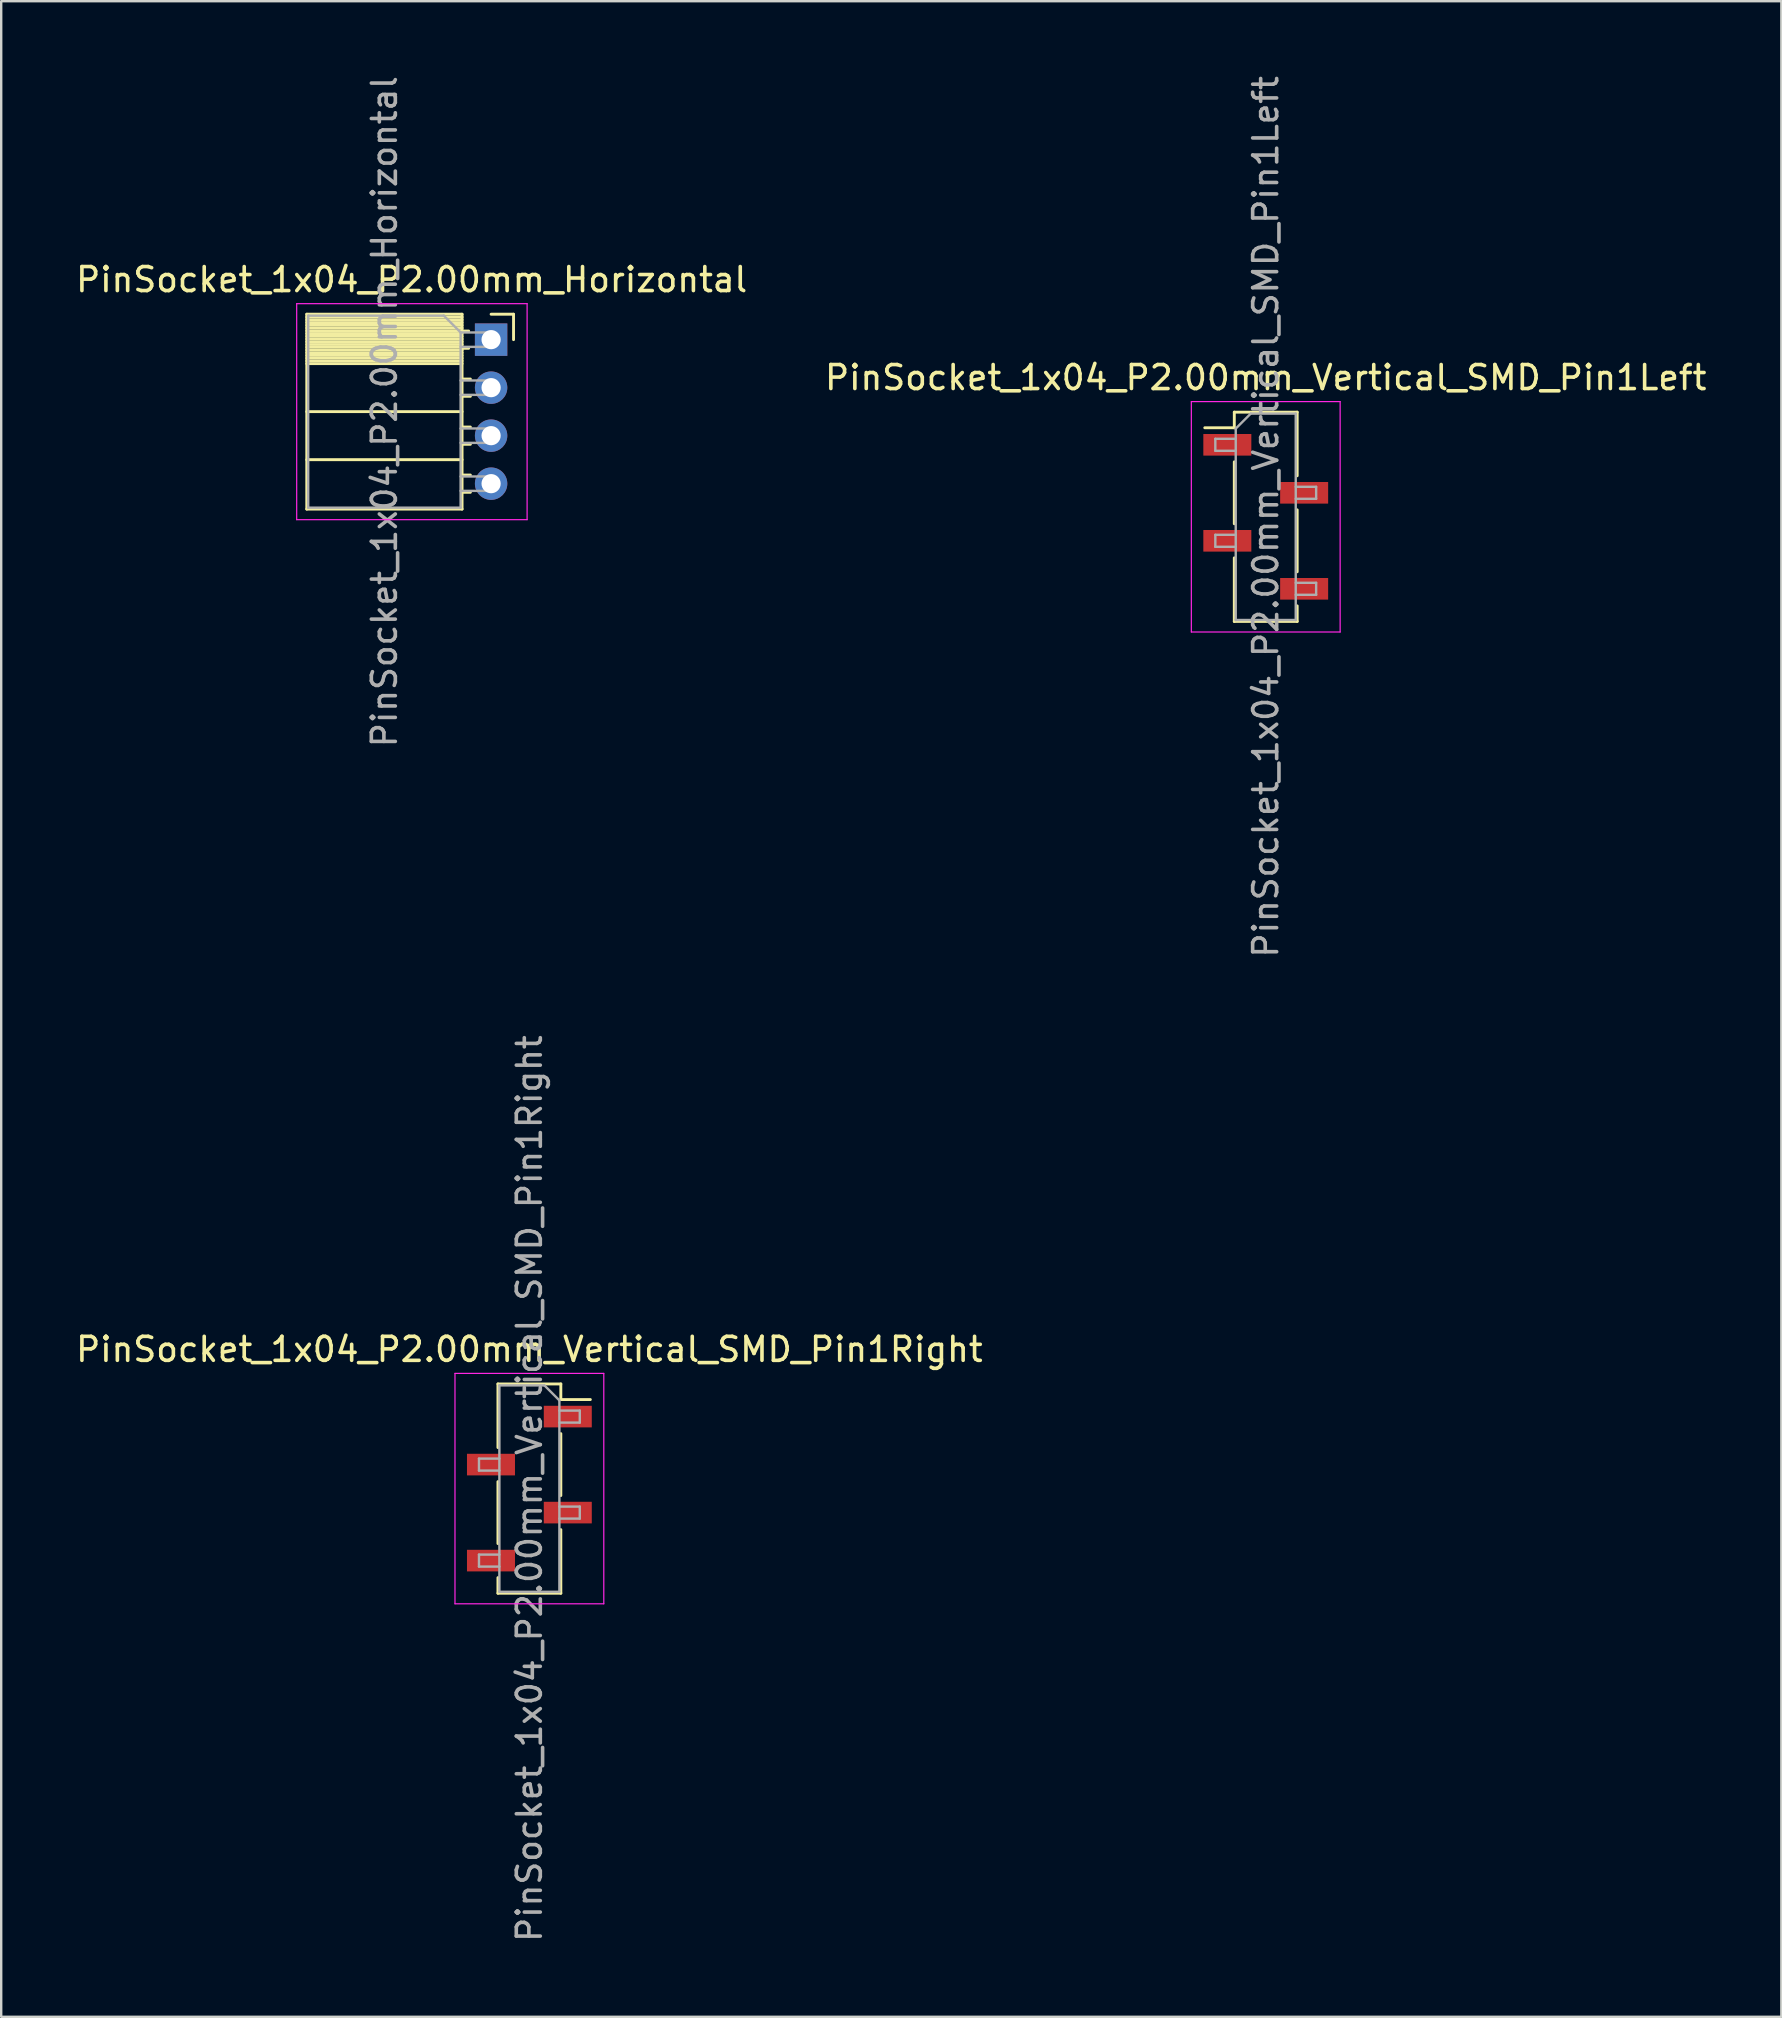
<source format=kicad_pcb>
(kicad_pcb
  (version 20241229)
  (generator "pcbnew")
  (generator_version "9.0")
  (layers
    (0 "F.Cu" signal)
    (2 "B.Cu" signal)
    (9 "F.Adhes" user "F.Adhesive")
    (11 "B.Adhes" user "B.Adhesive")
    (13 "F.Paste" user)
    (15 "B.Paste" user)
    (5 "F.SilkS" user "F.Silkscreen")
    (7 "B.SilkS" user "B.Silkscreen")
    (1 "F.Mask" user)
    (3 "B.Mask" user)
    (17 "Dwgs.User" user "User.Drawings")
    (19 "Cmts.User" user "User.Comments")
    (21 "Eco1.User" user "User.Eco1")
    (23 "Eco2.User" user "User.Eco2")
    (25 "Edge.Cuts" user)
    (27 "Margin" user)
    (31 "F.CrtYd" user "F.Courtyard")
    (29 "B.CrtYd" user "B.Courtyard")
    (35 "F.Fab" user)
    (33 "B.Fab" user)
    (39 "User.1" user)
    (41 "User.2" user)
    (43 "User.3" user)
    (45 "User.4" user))
  (footprint "PinSocket_1x04_P2.00mm_Horizontal"
    (layer "F.Cu")
    (at 17.411 11.101)
    (property "Reference" "PinSocket_1x04_P2.00mm_Horizontal" (at -3.31 -2.5 0) (layer "F.SilkS") (effects (font (size 1 1) (thickness 0.15))))
    (attr through_hole)
    (fp_line (start -7.68 -1.06) (end -7.68 7.06) (stroke (width 0.12) (type solid)) (layer "F.SilkS"))
    (fp_line (start -7.68 -1.06) (end -1.21 -1.06) (stroke (width 0.12) (type solid)) (layer "F.SilkS"))
    (fp_line (start -7.68 -0.94) (end -1.21 -0.94) (stroke (width 0.12) (type solid)) (layer "F.SilkS"))
    (fp_line (start -7.68 -0.826) (end -1.21 -0.826) (stroke (width 0.12) (type solid)) (layer "F.SilkS"))
    (fp_line (start -7.68 -0.712) (end -1.21 -0.712) (stroke (width 0.12) (type solid)) (layer "F.SilkS"))
    (fp_line (start -7.68 -0.598) (end -1.21 -0.598) (stroke (width 0.12) (type solid)) (layer "F.SilkS"))
    (fp_line (start -7.68 -0.484) (end -1.21 -0.484) (stroke (width 0.12) (type solid)) (layer "F.SilkS"))
    (fp_line (start -7.68 -0.369) (end -1.21 -0.369) (stroke (width 0.12) (type solid)) (layer "F.SilkS"))
    (fp_line (start -7.68 -0.255) (end -1.21 -0.255) (stroke (width 0.12) (type solid)) (layer "F.SilkS"))
    (fp_line (start -7.68 -0.141) (end -1.21 -0.141) (stroke (width 0.12) (type solid)) (layer "F.SilkS"))
    (fp_line (start -7.68 -0.027) (end -1.21 -0.027) (stroke (width 0.12) (type solid)) (layer "F.SilkS"))
    (fp_line (start -7.68 0.087) (end -1.21 0.087) (stroke (width 0.12) (type solid)) (layer "F.SilkS"))
    (fp_line (start -7.68 0.201) (end -1.21 0.201) (stroke (width 0.12) (type solid)) (layer "F.SilkS"))
    (fp_line (start -7.68 0.315) (end -1.21 0.315) (stroke (width 0.12) (type solid)) (layer "F.SilkS"))
    (fp_line (start -7.68 0.429) (end -1.21 0.429) (stroke (width 0.12) (type solid)) (layer "F.SilkS"))
    (fp_line (start -7.68 0.544) (end -1.21 0.544) (stroke (width 0.12) (type solid)) (layer "F.SilkS"))
    (fp_line (start -7.68 0.658) (end -1.21 0.658) (stroke (width 0.12) (type solid)) (layer "F.SilkS"))
    (fp_line (start -7.68 0.772) (end -1.21 0.772) (stroke (width 0.12) (type solid)) (layer "F.SilkS"))
    (fp_line (start -7.68 0.886) (end -1.21 0.886) (stroke (width 0.12) (type solid)) (layer "F.SilkS"))
    (fp_line (start -7.68 1) (end -1.21 1) (stroke (width 0.12) (type solid)) (layer "F.SilkS"))
    (fp_line (start -7.68 3) (end -1.21 3) (stroke (width 0.12) (type solid)) (layer "F.SilkS"))
    (fp_line (start -7.68 5) (end -1.21 5) (stroke (width 0.12) (type solid)) (layer "F.SilkS"))
    (fp_line (start -7.68 7.06) (end -1.21 7.06) (stroke (width 0.12) (type solid)) (layer "F.SilkS"))
    (fp_line (start -1.21 -1.06) (end -1.21 7.06) (stroke (width 0.12) (type solid)) (layer "F.SilkS"))
    (fp_line (start -1.21 -0.36) (end -0.935 -0.36) (stroke (width 0.12) (type solid)) (layer "F.SilkS"))
    (fp_line (start -1.21 0.36) (end -0.935 0.36) (stroke (width 0.12) (type solid)) (layer "F.SilkS"))
    (fp_line (start -1.21 1.64) (end -0.863 1.64) (stroke (width 0.12) (type solid)) (layer "F.SilkS"))
    (fp_line (start -1.21 2.36) (end -0.863 2.36) (stroke (width 0.12) (type solid)) (layer "F.SilkS"))
    (fp_line (start -1.21 3.64) (end -0.863 3.64) (stroke (width 0.12) (type solid)) (layer "F.SilkS"))
    (fp_line (start -1.21 4.36) (end -0.863 4.36) (stroke (width 0.12) (type solid)) (layer "F.SilkS"))
    (fp_line (start -1.21 5.64) (end -0.863 5.64) (stroke (width 0.12) (type solid)) (layer "F.SilkS"))
    (fp_line (start -1.21 6.36) (end -0.863 6.36) (stroke (width 0.12) (type solid)) (layer "F.SilkS"))
    (fp_line (start 0 -1.06) (end 0.935 -1.06) (stroke (width 0.12) (type solid)) (layer "F.SilkS"))
    (fp_line (start 0.935 -1.06) (end 0.935 0) (stroke (width 0.12) (type solid)) (layer "F.SilkS"))
    (fp_line (start -8.1 -1.5) (end -8.1 7.5) (stroke (width 0.05) (type solid)) (layer "F.CrtYd"))
    (fp_line (start -8.1 7.5) (end 1.5 7.5) (stroke (width 0.05) (type solid)) (layer "F.CrtYd"))
    (fp_line (start 1.5 -1.5) (end -8.1 -1.5) (stroke (width 0.05) (type solid)) (layer "F.CrtYd"))
    (fp_line (start 1.5 7.5) (end 1.5 -1.5) (stroke (width 0.05) (type solid)) (layer "F.CrtYd"))
    (fp_line (start -7.62 -1) (end -1.97 -1) (stroke (width 0.1) (type solid)) (layer "F.Fab"))
    (fp_line (start -7.62 7) (end -7.62 -1) (stroke (width 0.1) (type solid)) (layer "F.Fab"))
    (fp_line (start -1.97 -1) (end -1.27 -0.3) (stroke (width 0.1) (type solid)) (layer "F.Fab"))
    (fp_line (start -1.27 -0.3) (end -1.27 7) (stroke (width 0.1) (type solid)) (layer "F.Fab"))
    (fp_line (start -1.27 0.3) (end 0 0.3) (stroke (width 0.1) (type solid)) (layer "F.Fab"))
    (fp_line (start -1.27 2.3) (end 0 2.3) (stroke (width 0.1) (type solid)) (layer "F.Fab"))
    (fp_line (start -1.27 4.3) (end 0 4.3) (stroke (width 0.1) (type solid)) (layer "F.Fab"))
    (fp_line (start -1.27 6.3) (end 0 6.3) (stroke (width 0.1) (type solid)) (layer "F.Fab"))
    (fp_line (start -1.27 7) (end -7.62 7) (stroke (width 0.1) (type solid)) (layer "F.Fab"))
    (fp_line (start 0 -0.3) (end -1.27 -0.3) (stroke (width 0.1) (type solid)) (layer "F.Fab"))
    (fp_line (start 0 0.3) (end 0 -0.3) (stroke (width 0.1) (type solid)) (layer "F.Fab"))
    (fp_line (start 0 1.7) (end -1.27 1.7) (stroke (width 0.1) (type solid)) (layer "F.Fab"))
    (fp_line (start 0 2.3) (end 0 1.7) (stroke (width 0.1) (type solid)) (layer "F.Fab"))
    (fp_line (start 0 3.7) (end -1.27 3.7) (stroke (width 0.1) (type solid)) (layer "F.Fab"))
    (fp_line (start 0 4.3) (end 0 3.7) (stroke (width 0.1) (type solid)) (layer "F.Fab"))
    (fp_line (start 0 5.7) (end -1.27 5.7) (stroke (width 0.1) (type solid)) (layer "F.Fab"))
    (fp_line (start 0 6.3) (end 0 5.7) (stroke (width 0.1) (type solid)) (layer "F.Fab"))
    (fp_text user "${REFERENCE}" (at -4.445 3 90) (layer "F.Fab") (effects (font (size 1 1) (thickness 0.15))))
    (pad "1" thru_hole rect (at 0 0) (size 1.35 1.35) (drill 0.8) (layers "*.Cu" "*.Mask"))
    (pad "2" thru_hole circle (at 0 2) (size 1.35 1.35) (drill 0.8) (layers "*.Cu" "*.Mask"))
    (pad "3" thru_hole circle (at 0 4) (size 1.35 1.35) (drill 0.8) (layers "*.Cu" "*.Mask"))
    (pad "4" thru_hole circle (at 0 6) (size 1.35 1.35) (drill 0.8) (layers "*.Cu" "*.Mask")))
  (footprint "PinSocket_1x04_P2.00mm_Vertical_SMD_Pin1Right"
    (layer "F.Cu")
    (at 19.006 58.97)
    (property "Reference" "PinSocket_1x04_P2.00mm_Vertical_SMD_Pin1Right" (at 0 -5.8 0) (layer "F.SilkS") (effects (font (size 1 1) (thickness 0.15))))
    (attr smd)
    (fp_line (start -1.31 -4.36) (end -1.31 -1.71) (stroke (width 0.12) (type solid)) (layer "F.SilkS"))
    (fp_line (start -1.31 -4.36) (end 1.31 -4.36) (stroke (width 0.12) (type solid)) (layer "F.SilkS"))
    (fp_line (start -1.31 -0.29) (end -1.31 2.29) (stroke (width 0.12) (type solid)) (layer "F.SilkS"))
    (fp_line (start -1.31 3.71) (end -1.31 4.36) (stroke (width 0.12) (type solid)) (layer "F.SilkS"))
    (fp_line (start -1.31 4.36) (end 1.31 4.36) (stroke (width 0.12) (type solid)) (layer "F.SilkS"))
    (fp_line (start 1.31 -4.36) (end 1.31 -3.71) (stroke (width 0.12) (type solid)) (layer "F.SilkS"))
    (fp_line (start 1.31 -3.71) (end 2.54 -3.71) (stroke (width 0.12) (type solid)) (layer "F.SilkS"))
    (fp_line (start 1.31 -2.29) (end 1.31 0.29) (stroke (width 0.12) (type solid)) (layer "F.SilkS"))
    (fp_line (start 1.31 1.71) (end 1.31 4.36) (stroke (width 0.12) (type solid)) (layer "F.SilkS"))
    (fp_line (start -3.1 -4.8) (end 3.1 -4.8) (stroke (width 0.05) (type solid)) (layer "F.CrtYd"))
    (fp_line (start -3.1 4.8) (end -3.1 -4.8) (stroke (width 0.05) (type solid)) (layer "F.CrtYd"))
    (fp_line (start 3.1 -4.8) (end 3.1 4.8) (stroke (width 0.05) (type solid)) (layer "F.CrtYd"))
    (fp_line (start 3.1 4.8) (end -3.1 4.8) (stroke (width 0.05) (type solid)) (layer "F.CrtYd"))
    (fp_line (start -2.1 -1.25) (end -1.25 -1.25) (stroke (width 0.1) (type solid)) (layer "F.Fab"))
    (fp_line (start -2.1 -0.75) (end -2.1 -1.25) (stroke (width 0.1) (type solid)) (layer "F.Fab"))
    (fp_line (start -2.1 2.75) (end -1.25 2.75) (stroke (width 0.1) (type solid)) (layer "F.Fab"))
    (fp_line (start -2.1 3.25) (end -2.1 2.75) (stroke (width 0.1) (type solid)) (layer "F.Fab"))
    (fp_line (start -1.25 -4.3) (end 0.625 -4.3) (stroke (width 0.1) (type solid)) (layer "F.Fab"))
    (fp_line (start -1.25 -0.75) (end -2.1 -0.75) (stroke (width 0.1) (type solid)) (layer "F.Fab"))
    (fp_line (start -1.25 3.25) (end -2.1 3.25) (stroke (width 0.1) (type solid)) (layer "F.Fab"))
    (fp_line (start -1.25 4.3) (end -1.25 -4.3) (stroke (width 0.1) (type solid)) (layer "F.Fab"))
    (fp_line (start 0.625 -4.3) (end 1.25 -3.675) (stroke (width 0.1) (type solid)) (layer "F.Fab"))
    (fp_line (start 1.25 -3.675) (end 1.25 4.3) (stroke (width 0.1) (type solid)) (layer "F.Fab"))
    (fp_line (start 1.25 -3.25) (end 2.1 -3.25) (stroke (width 0.1) (type solid)) (layer "F.Fab"))
    (fp_line (start 1.25 0.75) (end 2.1 0.75) (stroke (width 0.1) (type solid)) (layer "F.Fab"))
    (fp_line (start 1.25 4.3) (end -1.25 4.3) (stroke (width 0.1) (type solid)) (layer "F.Fab"))
    (fp_line (start 2.1 -3.25) (end 2.1 -2.75) (stroke (width 0.1) (type solid)) (layer "F.Fab"))
    (fp_line (start 2.1 -2.75) (end 1.25 -2.75) (stroke (width 0.1) (type solid)) (layer "F.Fab"))
    (fp_line (start 2.1 0.75) (end 2.1 1.25) (stroke (width 0.1) (type solid)) (layer "F.Fab"))
    (fp_line (start 2.1 1.25) (end 1.25 1.25) (stroke (width 0.1) (type solid)) (layer "F.Fab"))
    (fp_text user "${REFERENCE}" (at 0 0 90) (layer "F.Fab") (effects (font (size 1 1) (thickness 0.15))))
    (pad "1" smd rect (at 1.6 -3) (size 2 0.9) (layers "F.Cu" "F.Mask" "F.Paste"))
    (pad "2" smd rect (at -1.6 -1) (size 2 0.9) (layers "F.Cu" "F.Mask" "F.Paste"))
    (pad "3" smd rect (at 1.6 1) (size 2 0.9) (layers "F.Cu" "F.Mask" "F.Paste"))
    (pad "4" smd rect (at -1.6 3) (size 2 0.9) (layers "F.Cu" "F.Mask" "F.Paste")))
  (footprint "PinSocket_1x04_P2.00mm_Vertical_SMD_Pin1Left"
    (layer "F.Cu")
    (at 49.685 18.482)
    (property "Reference" "PinSocket_1x04_P2.00mm_Vertical_SMD_Pin1Left" (at 0 -5.8 0) (layer "F.SilkS") (effects (font (size 1 1) (thickness 0.15))))
    (attr smd)
    (fp_line (start -2.54 -3.71) (end -1.31 -3.71) (stroke (width 0.12) (type solid)) (layer "F.SilkS"))
    (fp_line (start -1.31 -4.36) (end -1.31 -3.71) (stroke (width 0.12) (type solid)) (layer "F.SilkS"))
    (fp_line (start -1.31 -4.36) (end 1.31 -4.36) (stroke (width 0.12) (type solid)) (layer "F.SilkS"))
    (fp_line (start -1.31 -2.29) (end -1.31 0.29) (stroke (width 0.12) (type solid)) (layer "F.SilkS"))
    (fp_line (start -1.31 1.71) (end -1.31 4.36) (stroke (width 0.12) (type solid)) (layer "F.SilkS"))
    (fp_line (start -1.31 4.36) (end 1.31 4.36) (stroke (width 0.12) (type solid)) (layer "F.SilkS"))
    (fp_line (start 1.31 -4.36) (end 1.31 -1.71) (stroke (width 0.12) (type solid)) (layer "F.SilkS"))
    (fp_line (start 1.31 -0.29) (end 1.31 2.29) (stroke (width 0.12) (type solid)) (layer "F.SilkS"))
    (fp_line (start 1.31 3.71) (end 1.31 4.36) (stroke (width 0.12) (type solid)) (layer "F.SilkS"))
    (fp_line (start -3.1 -4.8) (end 3.1 -4.8) (stroke (width 0.05) (type solid)) (layer "F.CrtYd"))
    (fp_line (start -3.1 4.8) (end -3.1 -4.8) (stroke (width 0.05) (type solid)) (layer "F.CrtYd"))
    (fp_line (start 3.1 -4.8) (end 3.1 4.8) (stroke (width 0.05) (type solid)) (layer "F.CrtYd"))
    (fp_line (start 3.1 4.8) (end -3.1 4.8) (stroke (width 0.05) (type solid)) (layer "F.CrtYd"))
    (fp_line (start -2.1 -3.25) (end -1.25 -3.25) (stroke (width 0.1) (type solid)) (layer "F.Fab"))
    (fp_line (start -2.1 -2.75) (end -2.1 -3.25) (stroke (width 0.1) (type solid)) (layer "F.Fab"))
    (fp_line (start -2.1 0.75) (end -1.25 0.75) (stroke (width 0.1) (type solid)) (layer "F.Fab"))
    (fp_line (start -2.1 1.25) (end -2.1 0.75) (stroke (width 0.1) (type solid)) (layer "F.Fab"))
    (fp_line (start -1.25 -3.675) (end -0.625 -4.3) (stroke (width 0.1) (type solid)) (layer "F.Fab"))
    (fp_line (start -1.25 -2.75) (end -2.1 -2.75) (stroke (width 0.1) (type solid)) (layer "F.Fab"))
    (fp_line (start -1.25 1.25) (end -2.1 1.25) (stroke (width 0.1) (type solid)) (layer "F.Fab"))
    (fp_line (start -1.25 4.3) (end -1.25 -3.675) (stroke (width 0.1) (type solid)) (layer "F.Fab"))
    (fp_line (start -0.625 -4.3) (end 1.25 -4.3) (stroke (width 0.1) (type solid)) (layer "F.Fab"))
    (fp_line (start 1.25 -4.3) (end 1.25 4.3) (stroke (width 0.1) (type solid)) (layer "F.Fab"))
    (fp_line (start 1.25 -1.25) (end 2.1 -1.25) (stroke (width 0.1) (type solid)) (layer "F.Fab"))
    (fp_line (start 1.25 2.75) (end 2.1 2.75) (stroke (width 0.1) (type solid)) (layer "F.Fab"))
    (fp_line (start 1.25 4.3) (end -1.25 4.3) (stroke (width 0.1) (type solid)) (layer "F.Fab"))
    (fp_line (start 2.1 -1.25) (end 2.1 -0.75) (stroke (width 0.1) (type solid)) (layer "F.Fab"))
    (fp_line (start 2.1 -0.75) (end 1.25 -0.75) (stroke (width 0.1) (type solid)) (layer "F.Fab"))
    (fp_line (start 2.1 2.75) (end 2.1 3.25) (stroke (width 0.1) (type solid)) (layer "F.Fab"))
    (fp_line (start 2.1 3.25) (end 1.25 3.25) (stroke (width 0.1) (type solid)) (layer "F.Fab"))
    (fp_text user "${REFERENCE}" (at 0 0 90) (layer "F.Fab") (effects (font (size 1 1) (thickness 0.15))))
    (pad "1" smd rect (at -1.6 -3) (size 2 0.9) (layers "F.Cu" "F.Mask" "F.Paste"))
    (pad "2" smd rect (at 1.6 -1) (size 2 0.9) (layers "F.Cu" "F.Mask" "F.Paste"))
    (pad "3" smd rect (at -1.6 1) (size 2 0.9) (layers "F.Cu" "F.Mask" "F.Paste"))
    (pad "4" smd rect (at 1.6 3) (size 2 0.9) (layers "F.Cu" "F.Mask" "F.Paste")))
  (gr_rect
    (start -3 -3)
    (end 71.167 80.976)
    (stroke (width 0.1) (type default))
    (fill no)
    (layer "Edge.Cuts")))
</source>
